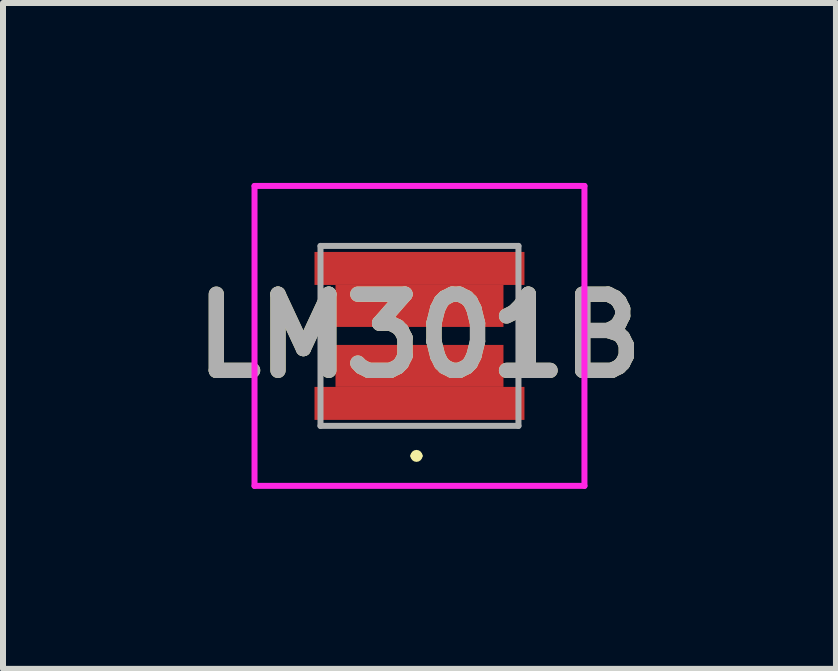
<source format=kicad_pcb>
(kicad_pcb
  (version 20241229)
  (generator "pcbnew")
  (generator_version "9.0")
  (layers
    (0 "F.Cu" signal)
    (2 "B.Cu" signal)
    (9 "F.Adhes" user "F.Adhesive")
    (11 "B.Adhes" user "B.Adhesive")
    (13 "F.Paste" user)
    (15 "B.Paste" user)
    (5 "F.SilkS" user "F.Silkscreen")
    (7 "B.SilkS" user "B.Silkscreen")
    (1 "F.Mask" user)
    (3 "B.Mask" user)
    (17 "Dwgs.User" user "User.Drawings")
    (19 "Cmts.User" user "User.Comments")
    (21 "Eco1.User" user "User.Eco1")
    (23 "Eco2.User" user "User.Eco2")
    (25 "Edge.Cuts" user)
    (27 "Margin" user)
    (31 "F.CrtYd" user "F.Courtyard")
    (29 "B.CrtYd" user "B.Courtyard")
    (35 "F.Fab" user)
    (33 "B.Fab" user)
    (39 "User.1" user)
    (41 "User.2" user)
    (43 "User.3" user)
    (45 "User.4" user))
  (footprint "LM301B"
    (layer "F.Cu")
    (at 3.943 2.55)
    (property "Reference" "LM301B" (at 0 0 0) (layer "F.SilkS") (effects (font (size 1.27 1.27) (thickness 0.254))))
    (attr smd)
    (fp_line (start -0.1 2) (end -0.1 2) (stroke (width 0.1) (type solid)) (layer "F.SilkS"))
    (fp_line (start 0 2) (end 0 2) (stroke (width 0.1) (type solid)) (layer "F.SilkS"))
    (fp_arc (start -0.1 2) (mid -0.05 1.95) (end 0 2) (stroke (width 0.1) (type solid)) (layer "F.SilkS"))
    (fp_arc (start 0 2) (mid -0.05 2.05) (end -0.1 2) (stroke (width 0.1) (type solid)) (layer "F.SilkS"))
    (fp_line (start -2.75 -2.5) (end 2.75 -2.5) (stroke (width 0.1) (type solid)) (layer "F.CrtYd"))
    (fp_line (start -2.75 2.5) (end -2.75 -2.5) (stroke (width 0.1) (type solid)) (layer "F.CrtYd"))
    (fp_line (start 2.75 -2.5) (end 2.75 2.5) (stroke (width 0.1) (type solid)) (layer "F.CrtYd"))
    (fp_line (start 2.75 2.5) (end -2.75 2.5) (stroke (width 0.1) (type solid)) (layer "F.CrtYd"))
    (fp_line (start -1.65 -1.5) (end 1.65 -1.5) (stroke (width 0.1) (type solid)) (layer "F.Fab"))
    (fp_line (start -1.65 1.5) (end -1.65 -1.5) (stroke (width 0.1) (type solid)) (layer "F.Fab"))
    (fp_line (start 1.65 -1.5) (end 1.65 1.5) (stroke (width 0.1) (type solid)) (layer "F.Fab"))
    (fp_line (start 1.65 1.5) (end -1.65 1.5) (stroke (width 0.1) (type solid)) (layer "F.Fab"))
    (fp_text user "${REFERENCE}" (at 0 0 0) (layer "F.Fab") (effects (font (size 1.27 1.27) (thickness 0.254))))
    (pad "1" smd rect (at 0 1.125 90) (size 0.55 3.5) (layers "F.Cu" "F.Mask" "F.Paste"))
    (pad "2" smd rect (at 0 -1.125 90) (size 0.55 3.5) (layers "F.Cu" "F.Mask" "F.Paste"))
    (pad "3" smd rect (at 0 0.5 90) (size 0.7 2.8) (layers "F.Cu" "F.Mask" "F.Paste"))
    (pad "4" smd rect (at 0 -0.5 90) (size 0.7 2.8) (layers "F.Cu" "F.Mask" "F.Paste")))
  (gr_rect
    (start -3 -3)
    (end 10.886 8.1)
    (stroke (width 0.1) (type default))
    (fill no)
    (layer "Edge.Cuts")))
</source>
